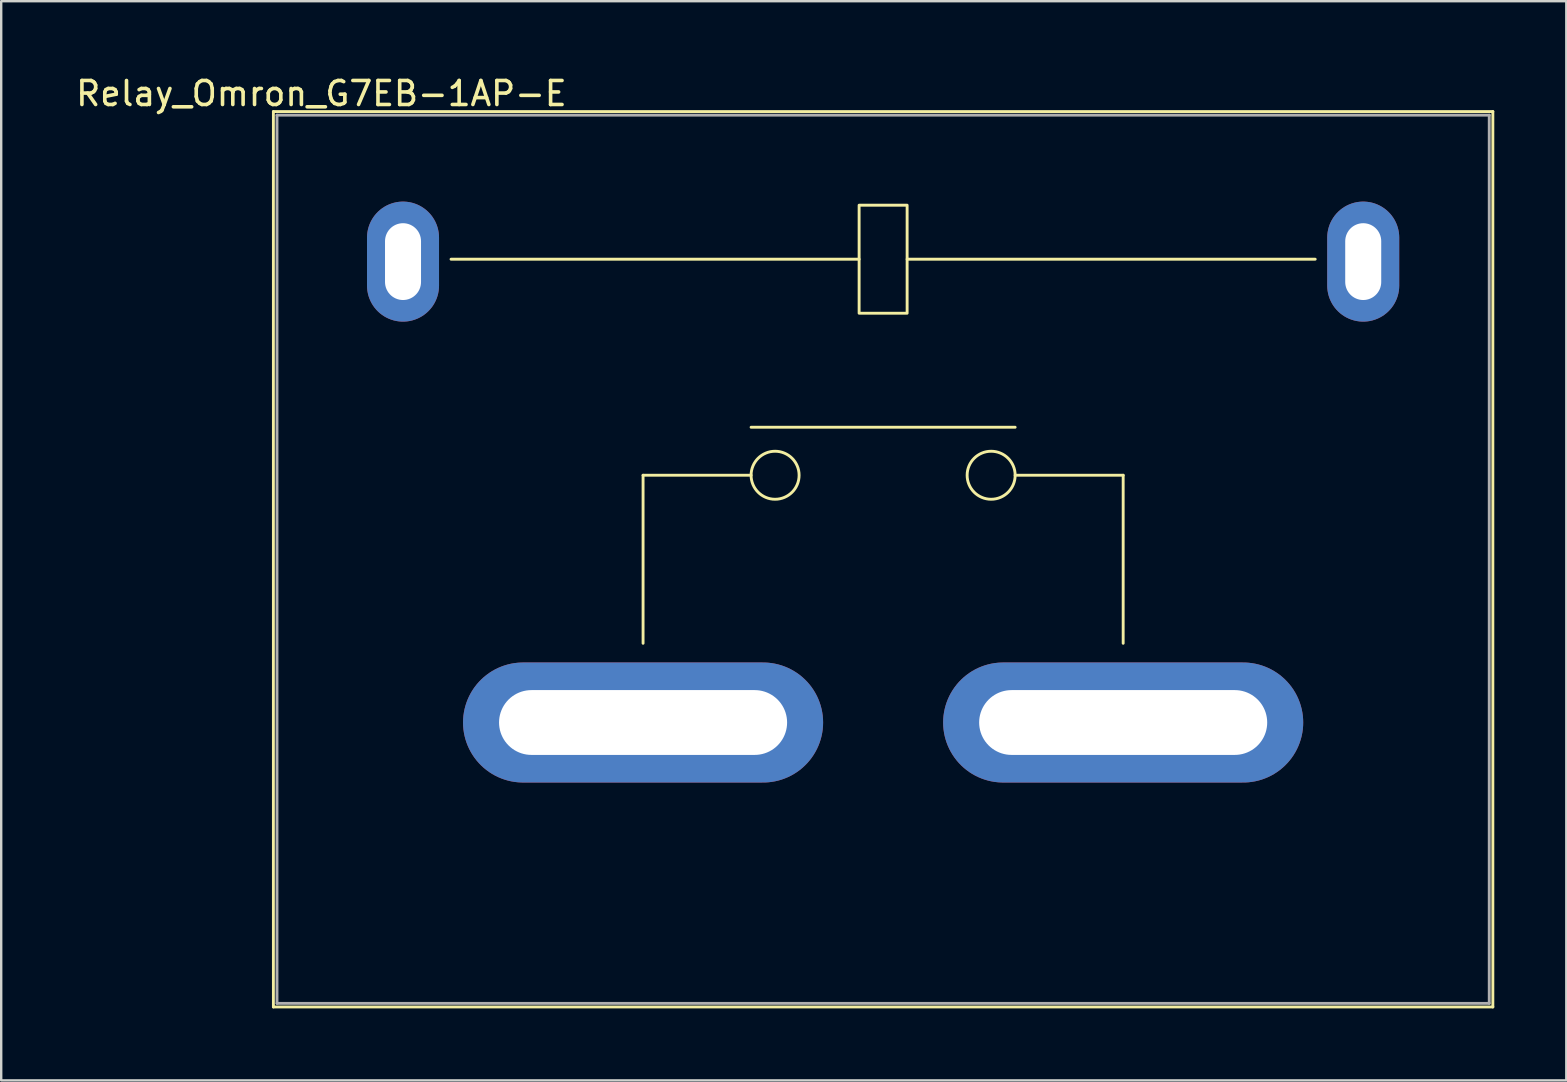
<source format=kicad_pcb>
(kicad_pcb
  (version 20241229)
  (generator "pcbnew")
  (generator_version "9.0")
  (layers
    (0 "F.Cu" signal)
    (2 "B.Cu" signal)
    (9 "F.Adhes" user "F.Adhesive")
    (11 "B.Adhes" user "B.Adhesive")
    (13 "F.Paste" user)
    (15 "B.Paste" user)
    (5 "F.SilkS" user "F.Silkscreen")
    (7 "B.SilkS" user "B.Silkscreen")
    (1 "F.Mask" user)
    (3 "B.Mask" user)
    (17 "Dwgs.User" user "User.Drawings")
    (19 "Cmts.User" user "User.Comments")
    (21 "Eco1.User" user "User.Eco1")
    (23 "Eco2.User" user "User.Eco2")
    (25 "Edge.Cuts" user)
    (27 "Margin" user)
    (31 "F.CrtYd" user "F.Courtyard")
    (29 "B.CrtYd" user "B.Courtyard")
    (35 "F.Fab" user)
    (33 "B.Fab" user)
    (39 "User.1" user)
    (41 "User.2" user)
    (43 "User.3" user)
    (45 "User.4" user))
  (footprint "Relay_Omron_G7EB-1AP-E"
    (layer "F.Cu")
    (at 33.739 20.248)
    (property "Reference" "Relay_Omron_G7EB-1AP-E" (at -23.4 -19.4 0) (unlocked yes) (layer "F.SilkS") (effects (font (size 1 1) (thickness 0.15))))
    (attr through_hole)
    (fp_line (start -25.4 -18.65) (end -25.4 18.65) (stroke (width 0.12) (type default)) (layer "F.SilkS"))
    (fp_line (start -25.4 -18.65) (end 25.4 -18.65) (stroke (width 0.12) (type default)) (layer "F.SilkS"))
    (fp_line (start -25.4 18.65) (end 25.4 18.65) (stroke (width 0.12) (type default)) (layer "F.SilkS"))
    (fp_line (start -10 -3.5) (end -10 3.5) (stroke (width 0.12) (type default)) (layer "F.SilkS"))
    (fp_line (start -10 -3.5) (end -5.5 -3.5) (stroke (width 0.12) (type default)) (layer "F.SilkS"))
    (fp_line (start -5.5 -5.5) (end 5.5 -5.5) (stroke (width 0.12) (type default)) (layer "F.SilkS"))
    (fp_line (start -1 -12.5) (end -18 -12.5) (stroke (width 0.12) (type default)) (layer "F.SilkS"))
    (fp_line (start 1 -12.5) (end 18 -12.5) (stroke (width 0.12) (type default)) (layer "F.SilkS"))
    (fp_line (start 5.5 -3.5) (end 10 -3.5) (stroke (width 0.12) (type default)) (layer "F.SilkS"))
    (fp_line (start 10 -3.5) (end 10 3.5) (stroke (width 0.12) (type default)) (layer "F.SilkS"))
    (fp_line (start 25.4 -18.65) (end 25.4 18.65) (stroke (width 0.12) (type default)) (layer "F.SilkS"))
    (fp_rect (start -1 -14.75) (end 1 -10.25) (stroke (width 0.12) (type default)) (fill no) (layer "F.SilkS"))
    (fp_circle (center -4.5 -3.5) (end -3.5 -3.5) (stroke (width 0.12) (type default)) (fill no) (layer "F.SilkS"))
    (fp_circle (center 4.5 -3.5) (end 5.5 -3.5) (stroke (width 0.12) (type default)) (fill no) (layer "F.SilkS"))
    (fp_line (start -25.25 18.5) (end -25.25 -18.5) (stroke (width 0.12) (type default)) (layer "F.Fab"))
    (fp_line (start 25.25 -18.5) (end -25.25 -18.5) (stroke (width 0.12) (type default)) (layer "F.Fab"))
    (fp_line (start 25.25 18.5) (end -25.25 18.5) (stroke (width 0.12) (type default)) (layer "F.Fab"))
    (fp_line (start 25.25 18.5) (end 25.25 -18.5) (stroke (width 0.12) (type default)) (layer "F.Fab"))
    (pad "1" thru_hole oval (at -20 -12.4) (size 3 5) (drill oval 1.5 3.2) (layers "*.Cu" "*.Mask"))
    (pad "2" thru_hole oval (at 20 -12.4) (size 3 5) (drill oval 1.5 3.2) (layers "*.Cu" "*.Mask"))
    (pad "3" thru_hole oval (at -10 6.8) (size 15 5) (drill oval 12 2.7) (layers "*.Cu" "*.Mask"))
    (pad "4" thru_hole oval (at 10 6.8) (size 15 5) (drill oval 12 2.7) (layers "*.Cu" "*.Mask")))
  (gr_rect
    (start -3 -3)
    (end 62.199 41.958)
    (stroke (width 0.1) (type default))
    (fill no)
    (layer "Edge.Cuts")))
</source>
